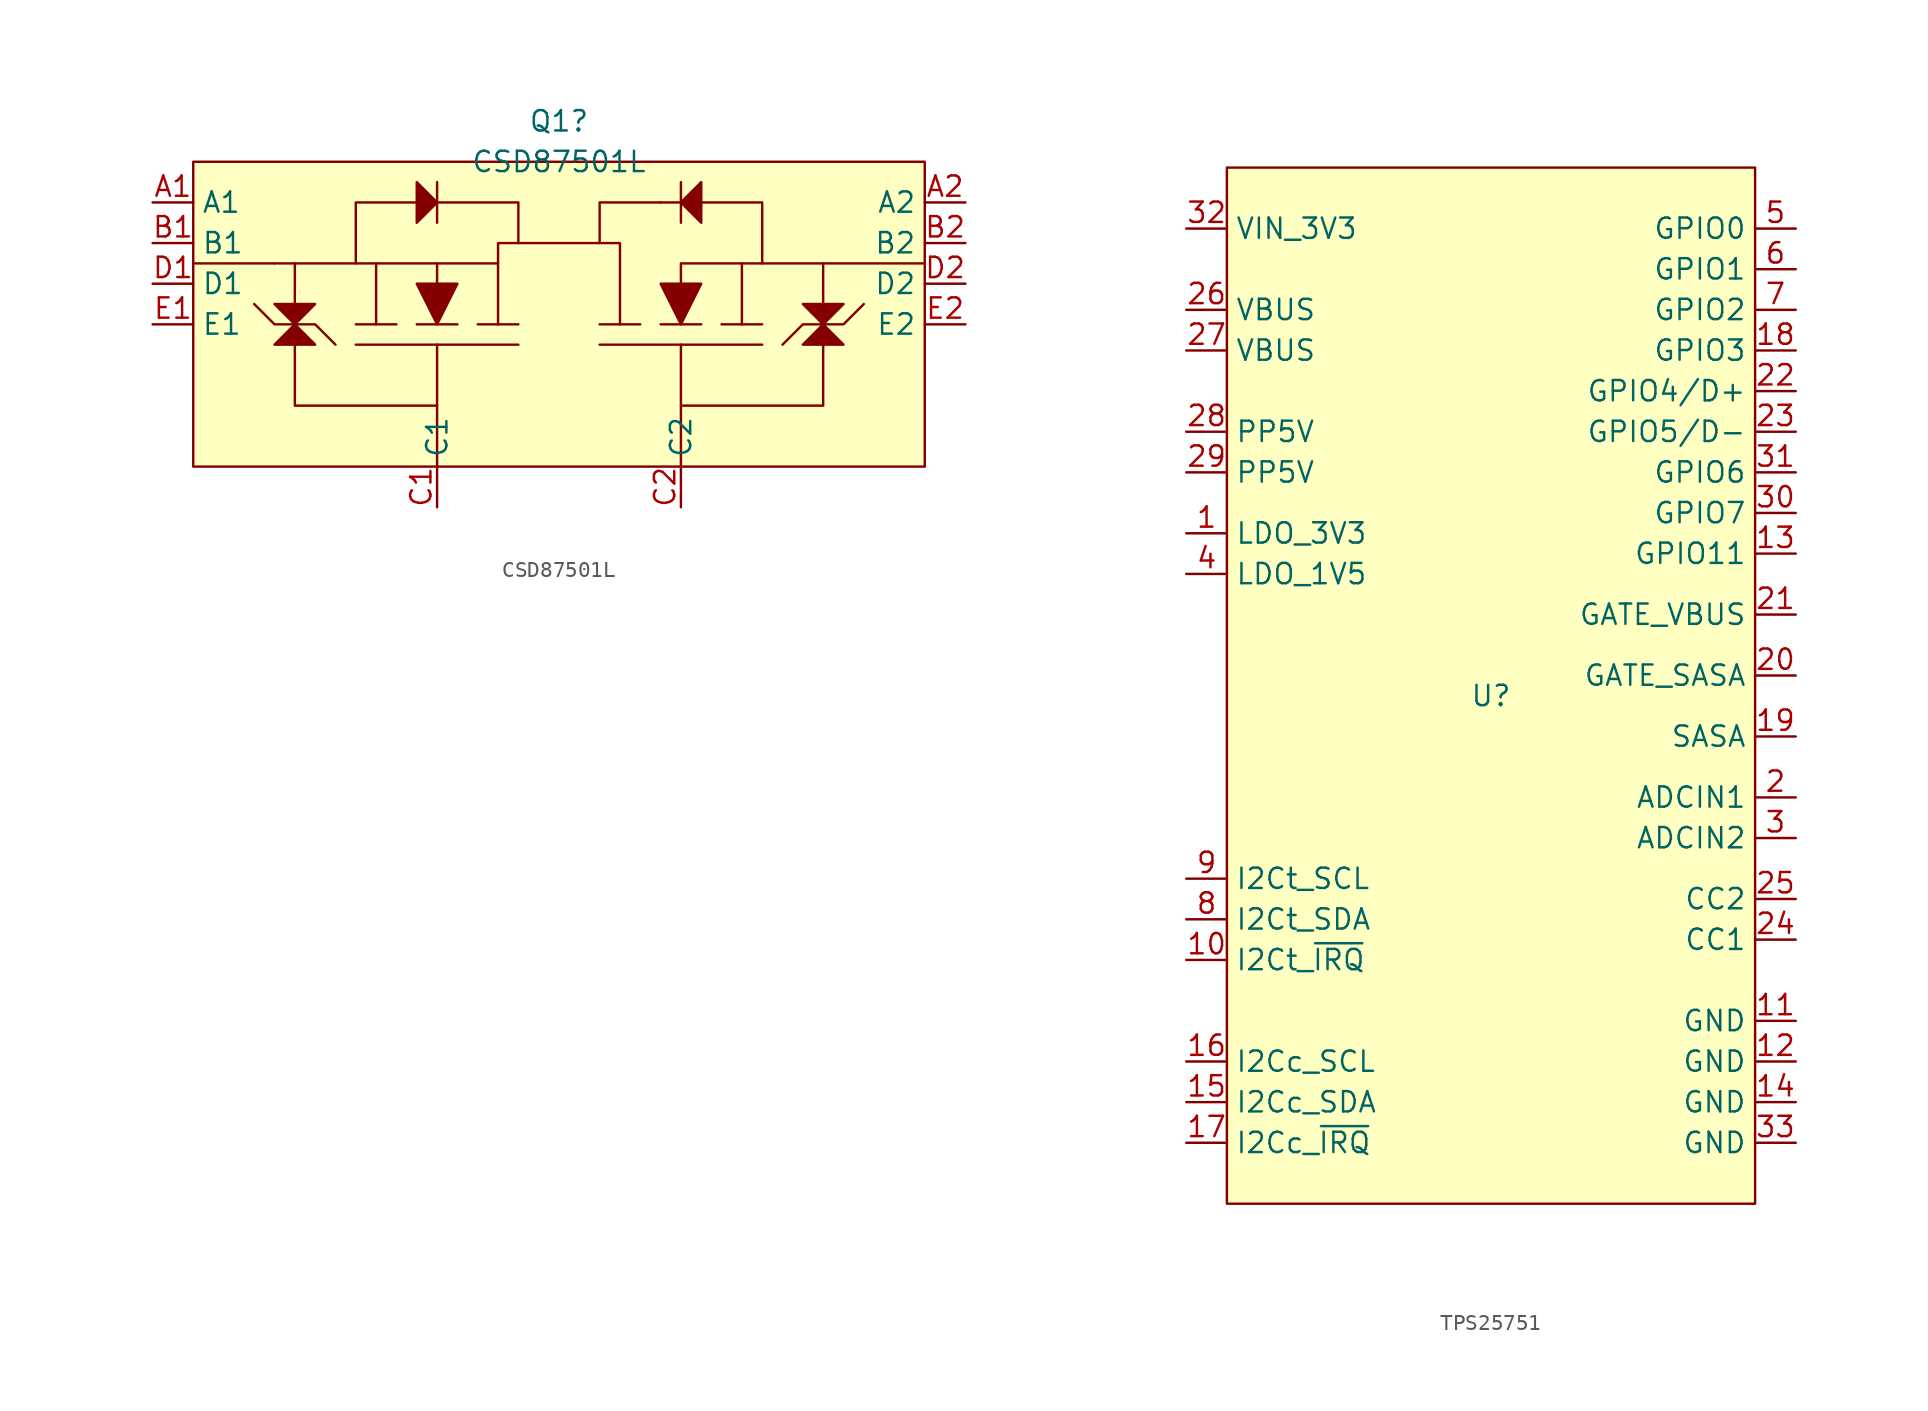
<source format=kicad_sym>
(kicad_symbol_lib
  (version 20231120)
  (generator "kicad_symbol_editor")
  (generator_version "8.0")
  (symbol "CSD87501L"
    (property "Reference" "Q1"
      (at 0 5.08 0)
      (effects (font (size 1.27 1.27))))
    (property "Value" "CSD87501L"
      (at 0 2.54 0)
      (effects (font (size 1.27 1.27))))
    (symbol "CSD87501L_0_1"
      (polyline (pts (xy -17.78 -3.81) (xy -22.86 -3.81)) (stroke (width 0) (type default)) (fill (type none)))
      (polyline (pts (xy -12.7 -8.89) (xy -2.54 -8.89)) (stroke (width 0) (type default)) (fill (type none)))
      (polyline (pts (xy -11.43 -3.81) (xy -17.78 -3.81)) (stroke (width 0) (type default)) (fill (type none)))
      (polyline (pts (xy -10.16 -7.62) (xy -12.7 -7.62)) (stroke (width 0) (type default)) (fill (type none)))
      (polyline (pts (xy -7.62 -12.7) (xy -7.62 -16.51)) (stroke (width 0) (type default)) (fill (type none)))
      (polyline (pts (xy -7.62 1.27) (xy -7.62 -1.27)) (stroke (width 0) (type default)) (fill (type none)))
      (polyline (pts (xy -6.35 -7.62) (xy -8.89 -7.62)) (stroke (width 0) (type default)) (fill (type none)))
      (polyline (pts (xy -3.81 -7.62) (xy -2.54 -7.62)) (stroke (width 0) (type default)) (fill (type none)))
      (polyline (pts (xy 2.54 -8.89) (xy 12.7 -8.89)) (stroke (width 0) (type default)) (fill (type none)))
      (polyline (pts (xy 3.81 -7.62) (xy 5.08 -7.62)) (stroke (width 0) (type default)) (fill (type none)))
      (polyline (pts (xy 6.35 -7.62) (xy 8.89 -7.62)) (stroke (width 0) (type default)) (fill (type none)))
      (polyline (pts (xy 6.35 0) (xy 7.62 0)) (stroke (width 0) (type default)) (fill (type none)))
      (polyline (pts (xy 7.62 -12.7) (xy 7.62 -16.51)) (stroke (width 0) (type default)) (fill (type none)))
      (polyline (pts (xy 7.62 -1.27) (xy 7.62 1.27)) (stroke (width 0) (type default)) (fill (type none)))
      (polyline (pts (xy 10.16 -7.62) (xy 12.7 -7.62)) (stroke (width 0) (type default)) (fill (type none)))
      (polyline (pts (xy 16.51 -3.81) (xy 22.86 -3.81)) (stroke (width 0) (type default)) (fill (type none)))
      (polyline (pts (xy -16.51 -7.62) (xy -15.24 -7.62) (xy -13.97 -8.89)) (stroke (width 0) (type default)) (fill (type none)))
      (polyline (pts (xy -12.7 -3.81) (xy -12.7 0) (xy -8.89 0)) (stroke (width 0) (type default)) (fill (type none)))
      (polyline (pts (xy -3.81 -3.81) (xy -3.81 -2.54) (xy -2.54 -2.54)) (stroke (width 0) (type default)) (fill (type none)))
      (polyline (pts (xy 16.51 -7.62) (xy 15.24 -7.62) (xy 13.97 -8.89)) (stroke (width 0) (type default)) (fill (type none)))
      (polyline (pts (xy 16.51 -6.35) (xy 16.51 -3.81) (xy 12.7 -3.81)) (stroke (width 0) (type default)) (fill (type none)))
      (polyline (pts (xy -11.43 -7.62) (xy -11.43 -3.81) (xy -7.62 -3.81) (xy -7.62 -5.08)) (stroke (width 0) (type default)) (fill (type none)))
      (polyline (pts (xy -7.62 -3.81) (xy -3.81 -3.81) (xy -3.81 -7.62) (xy -5.08 -7.62)) (stroke (width 0) (type default)) (fill (type none)))
      (polyline (pts (xy 2.54 -2.54) (xy 3.81 -2.54) (xy 3.81 -7.62) (xy 2.54 -7.62)) (stroke (width 0) (type default)) (fill (type none)))
      (polyline (pts (xy 11.43 -7.62) (xy 11.43 -3.81) (xy 7.62 -3.81) (xy 7.62 -5.08)) (stroke (width 0) (type default)) (fill (type none)))
      (polyline (pts (xy 16.51 -8.89) (xy 16.51 -12.7) (xy 7.62 -12.7) (xy 7.62 -8.89)) (stroke (width 0) (type default)) (fill (type none)))
      (polyline (pts (xy 8.89 0) (xy 11.43 0) (xy 12.7 0) (xy 12.7 -3.81) (xy 11.43 -3.81)) (stroke (width 0) (type default)) (fill (type none)))
      (polyline (pts (xy -7.62 0) (xy -2.54 0) (xy -2.54 -2.54) (xy 2.54 -2.54) (xy 2.54 0) (xy 6.35 0)) (stroke (width 0) (type default)) (fill (type none))))
    (symbol "CSD87501L_1_0"
      (pin output line (at -25.4 0 0) (length 2.54) (name "A1" (effects (font (size 1.27 1.27)))) (number "A1" (effects (font (size 1.27 1.27)))))
      (pin output line (at 25.4 0 180) (length 2.54) (name "A2" (effects (font (size 1.27 1.27)))) (number "A2" (effects (font (size 1.27 1.27)))))
      (pin output line (at -25.4 -2.54 0) (length 2.54) (name "B1" (effects (font (size 1.27 1.27)))) (number "B1" (effects (font (size 1.27 1.27)))))
      (pin output line (at 25.4 -2.54 180) (length 2.54) (name "B2" (effects (font (size 1.27 1.27)))) (number "B2" (effects (font (size 1.27 1.27)))))
      (pin output line (at -7.62 -19.05 90) (length 2.54) (name "C1" (effects (font (size 1.27 1.27)))) (number "C1" (effects (font (size 1.27 1.27)))))
      (pin output line (at 7.62 -19.05 90) (length 2.54) (name "C2" (effects (font (size 1.27 1.27)))) (number "C2" (effects (font (size 1.27 1.27)))))
      (pin output line (at -25.4 -5.08 0) (length 2.54) (name "D1" (effects (font (size 1.27 1.27)))) (number "D1" (effects (font (size 1.27 1.27)))))
      (pin output line (at 25.4 -5.08 180) (length 2.54) (name "D2" (effects (font (size 1.27 1.27)))) (number "D2" (effects (font (size 1.27 1.27)))))
      (pin output line (at -25.4 -7.62 0) (length 2.54) (name "E1" (effects (font (size 1.27 1.27)))) (number "E1" (effects (font (size 1.27 1.27)))))
      (pin output line (at 25.4 -7.62 180) (length 2.54) (name "E2" (effects (font (size 1.27 1.27)))) (number "E2" (effects (font (size 1.27 1.27))))))
    (symbol "CSD87501L_1_1"
      (rectangle (start -22.86 2.54) (end 22.86 -16.51) (stroke (width 0) (type default)) (fill (type background)))
      (polyline (pts (xy -16.51 -3.81) (xy -16.51 -6.35)) (stroke (width 0) (type default)) (fill (type none)))
      (polyline (pts (xy -16.51 -7.62) (xy -17.78 -7.62) (xy -19.05 -6.35)) (stroke (width 0) (type default)) (fill (type none)))
      (polyline (pts (xy 16.51 -7.62) (xy 17.78 -7.62) (xy 19.05 -6.35)) (stroke (width 0) (type default)) (fill (type none)))
      (polyline (pts (xy -16.51 -8.89) (xy -16.51 -12.7) (xy -7.62 -12.7) (xy -7.62 -8.89)) (stroke (width 0) (type default)) (fill (type none)))
      (polyline (pts (xy -8.89 -5.08) (xy -7.62 -7.62) (xy -6.35 -5.08) (xy -8.89 -5.08)) (stroke (width 0) (type default)) (fill (type outline)))
      (polyline (pts (xy -7.62 0) (xy -8.89 1.27) (xy -8.89 -1.27) (xy -7.62 0)) (stroke (width 0) (type default)) (fill (type outline)))
      (polyline (pts (xy 7.62 0) (xy 8.89 -1.27) (xy 8.89 1.27) (xy 7.62 0)) (stroke (width 0) (type default)) (fill (type outline)))
      (polyline (pts (xy 8.89 -5.08) (xy 7.62 -7.62) (xy 6.35 -5.08) (xy 8.89 -5.08)) (stroke (width 0) (type default)) (fill (type outline)))
      (polyline (pts (xy -17.78 -6.35) (xy -15.24 -6.35) (xy -16.51 -7.62) (xy -17.78 -6.35) (xy -16.51 -7.62) (xy -15.24 -8.89) (xy -17.78 -8.89) (xy -16.51 -7.62) (xy -16.51 -7.62) (xy -16.51 -7.62)) (stroke (width 0) (type default)) (fill (type outline)))
      (polyline (pts (xy 17.78 -6.35) (xy 15.24 -6.35) (xy 16.51 -7.62) (xy 17.78 -6.35) (xy 16.51 -7.62) (xy 15.24 -8.89) (xy 17.78 -8.89) (xy 16.51 -7.62) (xy 16.51 -7.62) (xy 16.51 -7.62)) (stroke (width 0) (type default)) (fill (type outline)))))
  (symbol "TPS25751"
    (property "Reference" "U"
      (at 0 0 0)
      (effects (font (size 1.27 1.27))))
    (property "Value" ""
      (at 0 0 0)
      (effects (font (size 1.27 1.27))))
    (symbol "TPS25751_0_0"
      (pin output line (at -19.05 10.16 0) (length 2.54) (name "LDO_3V3" (effects (font (size 1.27 1.27)))) (number "1" (effects (font (size 1.27 1.27)))))
      (pin output line (at -19.05 -16.51 0) (length 2.54) (name "I2Ct_~{IRQ}" (effects (font (size 1.27 1.27)))) (number "10" (effects (font (size 1.27 1.27)))))
      (pin power_in line (at 19.05 -20.32 180) (length 2.54) (name "GND" (effects (font (size 1.27 1.27)))) (number "11" (effects (font (size 1.27 1.27)))))
      (pin power_in line (at 19.05 -22.86 180) (length 2.54) (name "GND" (effects (font (size 1.27 1.27)))) (number "12" (effects (font (size 1.27 1.27)))))
      (pin bidirectional line (at 19.05 8.89 180) (length 2.54) (name "GPIO11" (effects (font (size 1.27 1.27)))) (number "13" (effects (font (size 1.27 1.27)))))
      (pin power_in line (at 19.05 -25.4 180) (length 2.54) (name "GND" (effects (font (size 1.27 1.27)))) (number "14" (effects (font (size 1.27 1.27)))))
      (pin bidirectional line (at -19.05 -25.4 0) (length 2.54) (name "I2Cc_SDA" (effects (font (size 1.27 1.27)))) (number "15" (effects (font (size 1.27 1.27)))))
      (pin input line (at -19.05 -22.86 0) (length 2.54) (name "I2Cc_SCL" (effects (font (size 1.27 1.27)))) (number "16" (effects (font (size 1.27 1.27)))))
      (pin output line (at -19.05 -27.94 0) (length 2.54) (name "I2Cc_~{IRQ}" (effects (font (size 1.27 1.27)))) (number "17" (effects (font (size 1.27 1.27)))))
      (pin bidirectional line (at 19.05 21.59 180) (length 2.54) (name "GPIO3" (effects (font (size 1.27 1.27)))) (number "18" (effects (font (size 1.27 1.27)))))
      (pin input line (at 19.05 -2.54 180) (length 2.54) (name "SASA" (effects (font (size 1.27 1.27)))) (number "19" (effects (font (size 1.27 1.27)))))
      (pin input line (at 19.05 -6.35 180) (length 2.54) (name "ADCIN1" (effects (font (size 1.27 1.27)))) (number "2" (effects (font (size 1.27 1.27)))))
      (pin output line (at 19.05 5.08 180) (length 2.54) (name "GATE_VBUS" (effects (font (size 1.27 1.27)))) (number "21" (effects (font (size 1.27 1.27)))))
      (pin bidirectional line (at 19.05 19.05 180) (length 2.54) (name "GPIO4/D+" (effects (font (size 1.27 1.27)))) (number "22" (effects (font (size 1.27 1.27)))))
      (pin bidirectional line (at 19.05 16.51 180) (length 2.54) (name "GPIO5/D-" (effects (font (size 1.27 1.27)))) (number "23" (effects (font (size 1.27 1.27)))))
      (pin bidirectional line (at 19.05 -15.24 180) (length 2.54) (name "CC1" (effects (font (size 1.27 1.27)))) (number "24" (effects (font (size 1.27 1.27)))))
      (pin bidirectional line (at 19.05 -12.7 180) (length 2.54) (name "CC2" (effects (font (size 1.27 1.27)))) (number "25" (effects (font (size 1.27 1.27)))))
      (pin bidirectional line (at -19.05 24.13 0) (length 2.54) (name "VBUS" (effects (font (size 1.27 1.27)))) (number "26" (effects (font (size 1.27 1.27)))))
      (pin bidirectional line (at -19.05 21.59 0) (length 2.54) (name "VBUS" (effects (font (size 1.27 1.27)))) (number "27" (effects (font (size 1.27 1.27)))))
      (pin input line (at -19.05 16.51 0) (length 2.54) (name "PP5V" (effects (font (size 1.27 1.27)))) (number "28" (effects (font (size 1.27 1.27)))))
      (pin input line (at -19.05 13.97 0) (length 2.54) (name "PP5V" (effects (font (size 1.27 1.27)))) (number "29" (effects (font (size 1.27 1.27)))))
      (pin input line (at 19.05 -8.89 180) (length 2.54) (name "ADCIN2" (effects (font (size 1.27 1.27)))) (number "3" (effects (font (size 1.27 1.27)))))
      (pin bidirectional line (at 19.05 11.43 180) (length 2.54) (name "GPIO7" (effects (font (size 1.27 1.27)))) (number "30" (effects (font (size 1.27 1.27)))))
      (pin bidirectional line (at 19.05 13.97 180) (length 2.54) (name "GPIO6" (effects (font (size 1.27 1.27)))) (number "31" (effects (font (size 1.27 1.27)))))
      (pin power_in line (at -19.05 29.21 0) (length 2.54) (name "VIN_3V3" (effects (font (size 1.27 1.27)))) (number "32" (effects (font (size 1.27 1.27)))))
      (pin power_in line (at 19.05 -27.94 180) (length 2.54) (name "GND" (effects (font (size 1.27 1.27)))) (number "33" (effects (font (size 1.27 1.27)))))
      (pin output line (at -19.05 7.62 0) (length 2.54) (name "LDO_1V5" (effects (font (size 1.27 1.27)))) (number "4" (effects (font (size 1.27 1.27)))))
      (pin bidirectional line (at 19.05 29.21 180) (length 2.54) (name "GPIO0" (effects (font (size 1.27 1.27)))) (number "5" (effects (font (size 1.27 1.27)))))
      (pin bidirectional line (at 19.05 26.67 180) (length 2.54) (name "GPIO1" (effects (font (size 1.27 1.27)))) (number "6" (effects (font (size 1.27 1.27)))))
      (pin bidirectional line (at 19.05 24.13 180) (length 2.54) (name "GPIO2" (effects (font (size 1.27 1.27)))) (number "7" (effects (font (size 1.27 1.27)))))
      (pin bidirectional line (at -19.05 -13.97 0) (length 2.54) (name "I2Ct_SDA" (effects (font (size 1.27 1.27)))) (number "8" (effects (font (size 1.27 1.27)))))
      (pin input line (at -19.05 -11.43 0) (length 2.54) (name "I2Ct_SCL" (effects (font (size 1.27 1.27)))) (number "9" (effects (font (size 1.27 1.27))))))
    (symbol "TPS25751_1_0"
      (pin output line (at 19.05 1.27 180) (length 2.54) (name "GATE_SASA" (effects (font (size 1.27 1.27)))) (number "20" (effects (font (size 1.27 1.27))))))
    (symbol "TPS25751_1_1"
      (rectangle (start -16.51 33.02) (end 16.51 -31.75) (stroke (width 0) (type default)) (fill (type background))))))
</source>
